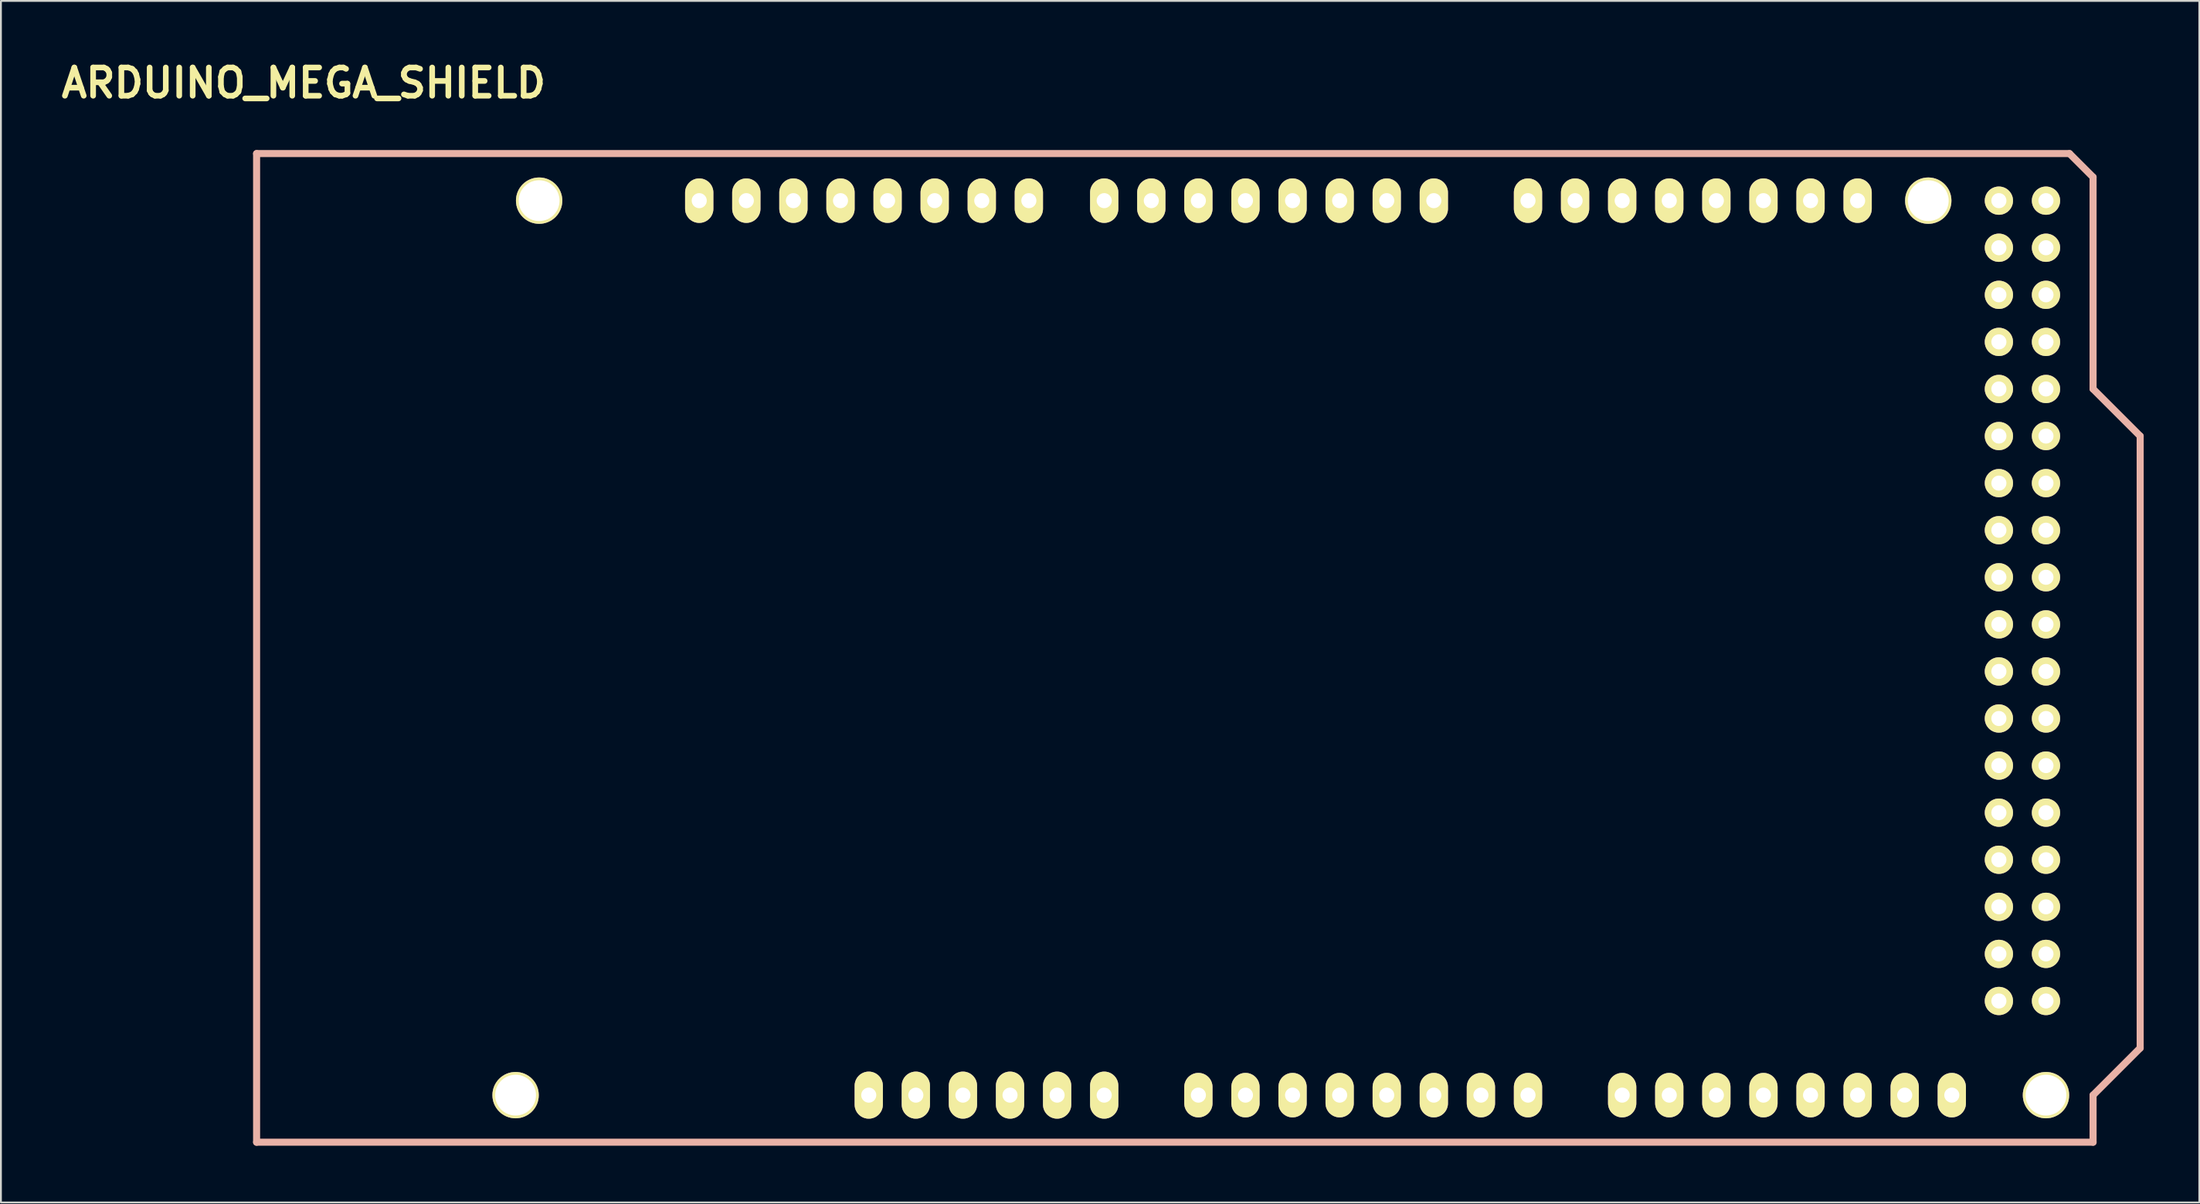
<source format=kicad_pcb>
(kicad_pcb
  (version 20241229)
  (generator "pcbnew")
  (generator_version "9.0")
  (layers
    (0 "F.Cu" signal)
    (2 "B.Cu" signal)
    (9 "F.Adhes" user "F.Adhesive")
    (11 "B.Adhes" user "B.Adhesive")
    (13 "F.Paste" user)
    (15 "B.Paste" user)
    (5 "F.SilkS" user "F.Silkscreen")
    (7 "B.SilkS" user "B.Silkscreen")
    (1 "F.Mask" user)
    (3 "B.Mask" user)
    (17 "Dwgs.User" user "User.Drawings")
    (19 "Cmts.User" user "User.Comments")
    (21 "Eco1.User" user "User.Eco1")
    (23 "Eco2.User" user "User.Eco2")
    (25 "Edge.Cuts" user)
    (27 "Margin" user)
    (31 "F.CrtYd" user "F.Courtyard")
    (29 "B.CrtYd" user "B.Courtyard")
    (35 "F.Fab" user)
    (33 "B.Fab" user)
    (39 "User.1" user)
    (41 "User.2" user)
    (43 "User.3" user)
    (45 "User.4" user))
  (footprint "ARDUINO_MEGA_SHIELD"
    (layer "F.Cu")
    (at 10.791 58.576)
    (property "Reference" "ARDUINO_MEGA_SHIELD" (at 2.54 -57.15 0) (layer "F.SilkS") (effects (font (size 1.524 1.524) (thickness 0.305))))
    (attr through_hole)
    (fp_line (start 0 0) (end 0 -53.34) (stroke (width 0.381) (type solid)) (layer "B.SilkS"))
    (fp_line (start 97.79 -53.34) (end 0 -53.34) (stroke (width 0.381) (type solid)) (layer "B.SilkS"))
    (fp_line (start 99.06 -52.07) (end 97.79 -53.34) (stroke (width 0.381) (type solid)) (layer "B.SilkS"))
    (fp_line (start 99.06 -40.64) (end 99.06 -52.07) (stroke (width 0.381) (type solid)) (layer "B.SilkS"))
    (fp_line (start 99.06 -40.64) (end 101.6 -38.1) (stroke (width 0.381) (type solid)) (layer "B.SilkS"))
    (fp_line (start 99.06 -2.54) (end 99.06 0) (stroke (width 0.381) (type solid)) (layer "B.SilkS"))
    (fp_line (start 99.06 0) (end 0 0) (stroke (width 0.381) (type solid)) (layer "B.SilkS"))
    (fp_line (start 101.6 -38.1) (end 101.6 -5.08) (stroke (width 0.381) (type solid)) (layer "B.SilkS"))
    (fp_line (start 101.6 -5.08) (end 99.06 -2.54) (stroke (width 0.381) (type solid)) (layer "B.SilkS"))
    (pad "" thru_hole circle (at 13.97 -2.54 90) (size 2.5 2.5) (drill 2.2) (layers "*.Cu" "*.Mask" "F.SilkS"))
    (pad "" thru_hole circle (at 15.24 -50.8 90) (size 2.5 2.5) (drill 2.2) (layers "*.Cu" "*.Mask" "F.SilkS"))
    (pad "" thru_hole circle (at 90.17 -50.8 90) (size 2.5 2.5) (drill 2.2) (layers "*.Cu" "*.Mask" "F.SilkS"))
    (pad "" thru_hole circle (at 96.52 -2.54 90) (size 2.5 2.5) (drill 2.2) (layers "*.Cu" "*.Mask" "F.SilkS"))
    (pad "0" thru_hole oval (at 63.5 -50.8 90) (size 2.4 1.524) (drill 0.813) (layers "*.Cu" "*.Mask" "F.SilkS"))
    (pad "1" thru_hole oval (at 60.96 -50.8 90) (size 2.4 1.524) (drill 0.813) (layers "*.Cu" "*.Mask" "F.SilkS"))
    (pad "2" thru_hole oval (at 58.42 -50.8 90) (size 2.4 1.524) (drill 0.813) (layers "*.Cu" "*.Mask" "F.SilkS"))
    (pad "3" thru_hole oval (at 55.88 -50.8 90) (size 2.4 1.524) (drill 0.813) (layers "*.Cu" "*.Mask" "F.SilkS"))
    (pad "3V3" thru_hole oval (at 35.56 -2.54 90) (size 2.54 1.524) (drill 0.813) (layers "*.Cu" "*.Mask" "F.SilkS"))
    (pad "4" thru_hole oval (at 53.34 -50.8 90) (size 2.4 1.524) (drill 0.813) (layers "*.Cu" "*.Mask" "F.SilkS"))
    (pad "5" thru_hole oval (at 50.8 -50.8 90) (size 2.4 1.524) (drill 0.813) (layers "*.Cu" "*.Mask" "F.SilkS"))
    (pad "5V" thru_hole oval (at 38.1 -2.54 90) (size 2.54 1.524) (drill 0.813) (layers "*.Cu" "*.Mask" "F.SilkS"))
    (pad "5V_4" thru_hole circle (at 93.98 -50.8) (size 1.524 1.524) (drill 0.813) (layers "*.Cu" "*.Mask" "F.SilkS"))
    (pad "5V_5" thru_hole circle (at 96.52 -50.8) (size 1.524 1.524) (drill 0.813) (layers "*.Cu" "*.Mask" "F.SilkS"))
    (pad "6" thru_hole oval (at 48.26 -50.8 90) (size 2.4 1.524) (drill 0.813) (layers "*.Cu" "*.Mask" "F.SilkS"))
    (pad "7" thru_hole oval (at 45.72 -50.8 90) (size 2.4 1.524) (drill 0.813) (layers "*.Cu" "*.Mask" "F.SilkS"))
    (pad "8" thru_hole oval (at 41.656 -50.8 90) (size 2.4 1.524) (drill 0.813) (layers "*.Cu" "*.Mask" "F.SilkS"))
    (pad "9" thru_hole oval (at 39.116 -50.8 90) (size 2.4 1.524) (drill 0.813) (layers "*.Cu" "*.Mask" "F.SilkS"))
    (pad "10" thru_hole oval (at 36.576 -50.8 90) (size 2.4 1.524) (drill 0.813) (layers "*.Cu" "*.Mask" "F.SilkS"))
    (pad "11" thru_hole oval (at 34.036 -50.8 90) (size 2.4 1.524) (drill 0.813) (layers "*.Cu" "*.Mask" "F.SilkS"))
    (pad "12" thru_hole oval (at 31.496 -50.8 90) (size 2.4 1.524) (drill 0.813) (layers "*.Cu" "*.Mask" "F.SilkS"))
    (pad "13" thru_hole oval (at 28.956 -50.8 90) (size 2.4 1.524) (drill 0.813) (layers "*.Cu" "*.Mask" "F.SilkS"))
    (pad "14" thru_hole oval (at 68.58 -50.8 90) (size 2.4 1.524) (drill 0.813) (layers "*.Cu" "*.Mask" "F.SilkS"))
    (pad "15" thru_hole oval (at 71.12 -50.8 90) (size 2.4 1.524) (drill 0.813) (layers "*.Cu" "*.Mask" "F.SilkS"))
    (pad "16" thru_hole oval (at 73.66 -50.8 90) (size 2.4 1.524) (drill 0.813) (layers "*.Cu" "*.Mask" "F.SilkS"))
    (pad "17" thru_hole oval (at 76.2 -50.8 90) (size 2.4 1.524) (drill 0.813) (layers "*.Cu" "*.Mask" "F.SilkS"))
    (pad "18" thru_hole oval (at 78.74 -50.8 90) (size 2.4 1.524) (drill 0.813) (layers "*.Cu" "*.Mask" "F.SilkS"))
    (pad "19" thru_hole oval (at 81.28 -50.8 90) (size 2.4 1.524) (drill 0.813) (layers "*.Cu" "*.Mask" "F.SilkS"))
    (pad "20" thru_hole oval (at 83.82 -50.8 90) (size 2.4 1.524) (drill 0.813) (layers "*.Cu" "*.Mask" "F.SilkS"))
    (pad "21" thru_hole oval (at 86.36 -50.8 90) (size 2.4 1.524) (drill 0.813) (layers "*.Cu" "*.Mask" "F.SilkS"))
    (pad "22" thru_hole circle (at 93.98 -48.26) (size 1.524 1.524) (drill 0.813) (layers "*.Cu" "*.Mask" "F.SilkS"))
    (pad "23" thru_hole circle (at 96.52 -48.26) (size 1.524 1.524) (drill 0.813) (layers "*.Cu" "*.Mask" "F.SilkS"))
    (pad "24" thru_hole circle (at 93.98 -45.72) (size 1.524 1.524) (drill 0.813) (layers "*.Cu" "*.Mask" "F.SilkS"))
    (pad "25" thru_hole circle (at 96.52 -45.72) (size 1.524 1.524) (drill 0.813) (layers "*.Cu" "*.Mask" "F.SilkS"))
    (pad "26" thru_hole circle (at 93.98 -43.18) (size 1.524 1.524) (drill 0.813) (layers "*.Cu" "*.Mask" "F.SilkS"))
    (pad "27" thru_hole circle (at 96.52 -43.18) (size 1.524 1.524) (drill 0.813) (layers "*.Cu" "*.Mask" "F.SilkS"))
    (pad "28" thru_hole circle (at 93.98 -40.64) (size 1.524 1.524) (drill 0.813) (layers "*.Cu" "*.Mask" "F.SilkS"))
    (pad "29" thru_hole circle (at 96.52 -40.64) (size 1.524 1.524) (drill 0.813) (layers "*.Cu" "*.Mask" "F.SilkS"))
    (pad "30" thru_hole circle (at 93.98 -38.1) (size 1.524 1.524) (drill 0.813) (layers "*.Cu" "*.Mask" "F.SilkS"))
    (pad "31" thru_hole circle (at 96.52 -38.1) (size 1.524 1.524) (drill 0.813) (layers "*.Cu" "*.Mask" "F.SilkS"))
    (pad "32" thru_hole circle (at 93.98 -35.56) (size 1.524 1.524) (drill 0.813) (layers "*.Cu" "*.Mask" "F.SilkS"))
    (pad "33" thru_hole circle (at 96.52 -35.56) (size 1.524 1.524) (drill 0.813) (layers "*.Cu" "*.Mask" "F.SilkS"))
    (pad "34" thru_hole circle (at 93.98 -33.02) (size 1.524 1.524) (drill 0.813) (layers "*.Cu" "*.Mask" "F.SilkS"))
    (pad "35" thru_hole circle (at 96.52 -33.02) (size 1.524 1.524) (drill 0.813) (layers "*.Cu" "*.Mask" "F.SilkS"))
    (pad "36" thru_hole circle (at 93.98 -30.48) (size 1.524 1.524) (drill 0.813) (layers "*.Cu" "*.Mask" "F.SilkS"))
    (pad "37" thru_hole circle (at 96.52 -30.48) (size 1.524 1.524) (drill 0.813) (layers "*.Cu" "*.Mask" "F.SilkS"))
    (pad "38" thru_hole circle (at 93.98 -27.94) (size 1.524 1.524) (drill 0.813) (layers "*.Cu" "*.Mask" "F.SilkS"))
    (pad "39" thru_hole circle (at 96.52 -27.94) (size 1.524 1.524) (drill 0.813) (layers "*.Cu" "*.Mask" "F.SilkS"))
    (pad "40" thru_hole circle (at 93.98 -25.4) (size 1.524 1.524) (drill 0.813) (layers "*.Cu" "*.Mask" "F.SilkS"))
    (pad "41" thru_hole circle (at 96.52 -25.4) (size 1.524 1.524) (drill 0.813) (layers "*.Cu" "*.Mask" "F.SilkS"))
    (pad "42" thru_hole circle (at 93.98 -22.86) (size 1.524 1.524) (drill 0.813) (layers "*.Cu" "*.Mask" "F.SilkS"))
    (pad "43" thru_hole circle (at 96.52 -22.86) (size 1.524 1.524) (drill 0.813) (layers "*.Cu" "*.Mask" "F.SilkS"))
    (pad "44" thru_hole circle (at 93.98 -20.32) (size 1.524 1.524) (drill 0.813) (layers "*.Cu" "*.Mask" "F.SilkS"))
    (pad "45" thru_hole circle (at 96.52 -20.32) (size 1.524 1.524) (drill 0.813) (layers "*.Cu" "*.Mask" "F.SilkS"))
    (pad "46" thru_hole circle (at 93.98 -17.78) (size 1.524 1.524) (drill 0.813) (layers "*.Cu" "*.Mask" "F.SilkS"))
    (pad "47" thru_hole circle (at 96.52 -17.78) (size 1.524 1.524) (drill 0.813) (layers "*.Cu" "*.Mask" "F.SilkS"))
    (pad "48" thru_hole circle (at 93.98 -15.24) (size 1.524 1.524) (drill 0.813) (layers "*.Cu" "*.Mask" "F.SilkS"))
    (pad "49" thru_hole circle (at 96.52 -15.24) (size 1.524 1.524) (drill 0.813) (layers "*.Cu" "*.Mask" "F.SilkS"))
    (pad "50" thru_hole circle (at 93.98 -12.7) (size 1.524 1.524) (drill 0.813) (layers "*.Cu" "*.Mask" "F.SilkS"))
    (pad "51" thru_hole circle (at 96.52 -12.7) (size 1.524 1.524) (drill 0.813) (layers "*.Cu" "*.Mask" "F.SilkS"))
    (pad "52" thru_hole circle (at 93.98 -10.16) (size 1.524 1.524) (drill 0.813) (layers "*.Cu" "*.Mask" "F.SilkS"))
    (pad "53" thru_hole circle (at 96.52 -10.16) (size 1.524 1.524) (drill 0.813) (layers "*.Cu" "*.Mask" "F.SilkS"))
    (pad "AD0" thru_hole oval (at 50.8 -2.54 90) (size 2.4 1.524) (drill 0.813) (layers "*.Cu" "*.Mask" "F.SilkS"))
    (pad "AD1" thru_hole oval (at 53.34 -2.54 90) (size 2.4 1.524) (drill 0.813) (layers "*.Cu" "*.Mask" "F.SilkS"))
    (pad "AD2" thru_hole oval (at 55.88 -2.54 90) (size 2.4 1.524) (drill 0.813) (layers "*.Cu" "*.Mask" "F.SilkS"))
    (pad "AD3" thru_hole oval (at 58.42 -2.54 90) (size 2.4 1.524) (drill 0.813) (layers "*.Cu" "*.Mask" "F.SilkS"))
    (pad "AD4" thru_hole oval (at 60.96 -2.54 90) (size 2.4 1.524) (drill 0.813) (layers "*.Cu" "*.Mask" "F.SilkS"))
    (pad "AD5" thru_hole oval (at 63.5 -2.54 90) (size 2.4 1.524) (drill 0.813) (layers "*.Cu" "*.Mask" "F.SilkS"))
    (pad "AD6" thru_hole oval (at 66.04 -2.54 90) (size 2.4 1.524) (drill 0.813) (layers "*.Cu" "*.Mask" "F.SilkS"))
    (pad "AD7" thru_hole oval (at 68.58 -2.54 90) (size 2.4 1.524) (drill 0.813) (layers "*.Cu" "*.Mask" "F.SilkS"))
    (pad "AD8" thru_hole oval (at 73.66 -2.54 90) (size 2.4 1.524) (drill 0.813) (layers "*.Cu" "*.Mask" "F.SilkS"))
    (pad "AD9" thru_hole oval (at 76.2 -2.54 90) (size 2.4 1.524) (drill 0.813) (layers "*.Cu" "*.Mask" "F.SilkS"))
    (pad "AD10" thru_hole oval (at 78.74 -2.54 90) (size 2.4 1.524) (drill 0.813) (layers "*.Cu" "*.Mask" "F.SilkS"))
    (pad "AD11" thru_hole oval (at 81.28 -2.54 90) (size 2.4 1.524) (drill 0.813) (layers "*.Cu" "*.Mask" "F.SilkS"))
    (pad "AD12" thru_hole oval (at 83.82 -2.54 90) (size 2.4 1.524) (drill 0.813) (layers "*.Cu" "*.Mask" "F.SilkS"))
    (pad "AD13" thru_hole oval (at 86.36 -2.54 90) (size 2.4 1.524) (drill 0.813) (layers "*.Cu" "*.Mask" "F.SilkS"))
    (pad "AD14" thru_hole oval (at 88.9 -2.54 90) (size 2.4 1.524) (drill 0.813) (layers "*.Cu" "*.Mask" "F.SilkS"))
    (pad "AD15" thru_hole oval (at 91.44 -2.54 90) (size 2.4 1.524) (drill 0.813) (layers "*.Cu" "*.Mask" "F.SilkS"))
    (pad "AREF" thru_hole oval (at 23.876 -50.8 90) (size 2.4 1.524) (drill 0.813) (layers "*.Cu" "*.Mask" "F.SilkS"))
    (pad "GND1" thru_hole oval (at 40.64 -2.54 90) (size 2.54 1.524) (drill 0.813) (layers "*.Cu" "*.Mask" "F.SilkS"))
    (pad "GND2" thru_hole oval (at 43.18 -2.54 90) (size 2.54 1.524) (drill 0.813) (layers "*.Cu" "*.Mask" "F.SilkS"))
    (pad "GND3" thru_hole oval (at 26.416 -50.8 90) (size 2.4 1.524) (drill 0.813) (layers "*.Cu" "*.Mask" "F.SilkS"))
    (pad "GND4" thru_hole circle (at 93.98 -7.62) (size 1.524 1.524) (drill 0.813) (layers "*.Cu" "*.Mask" "F.SilkS"))
    (pad "GND5" thru_hole circle (at 96.52 -7.62) (size 1.524 1.524) (drill 0.813) (layers "*.Cu" "*.Mask" "F.SilkS"))
    (pad "RST" thru_hole oval (at 33.02 -2.54 90) (size 2.54 1.524) (drill 0.813) (layers "*.Cu" "*.Mask" "F.SilkS"))
    (pad "V_IN" thru_hole oval (at 45.72 -2.54 90) (size 2.54 1.524) (drill 0.813) (layers "*.Cu" "*.Mask" "F.SilkS")))
  (gr_rect
    (start -3 -3)
    (end 115.582 61.826)
    (stroke (width 0.1) (type default))
    (fill no)
    (layer "Edge.Cuts")))
</source>
